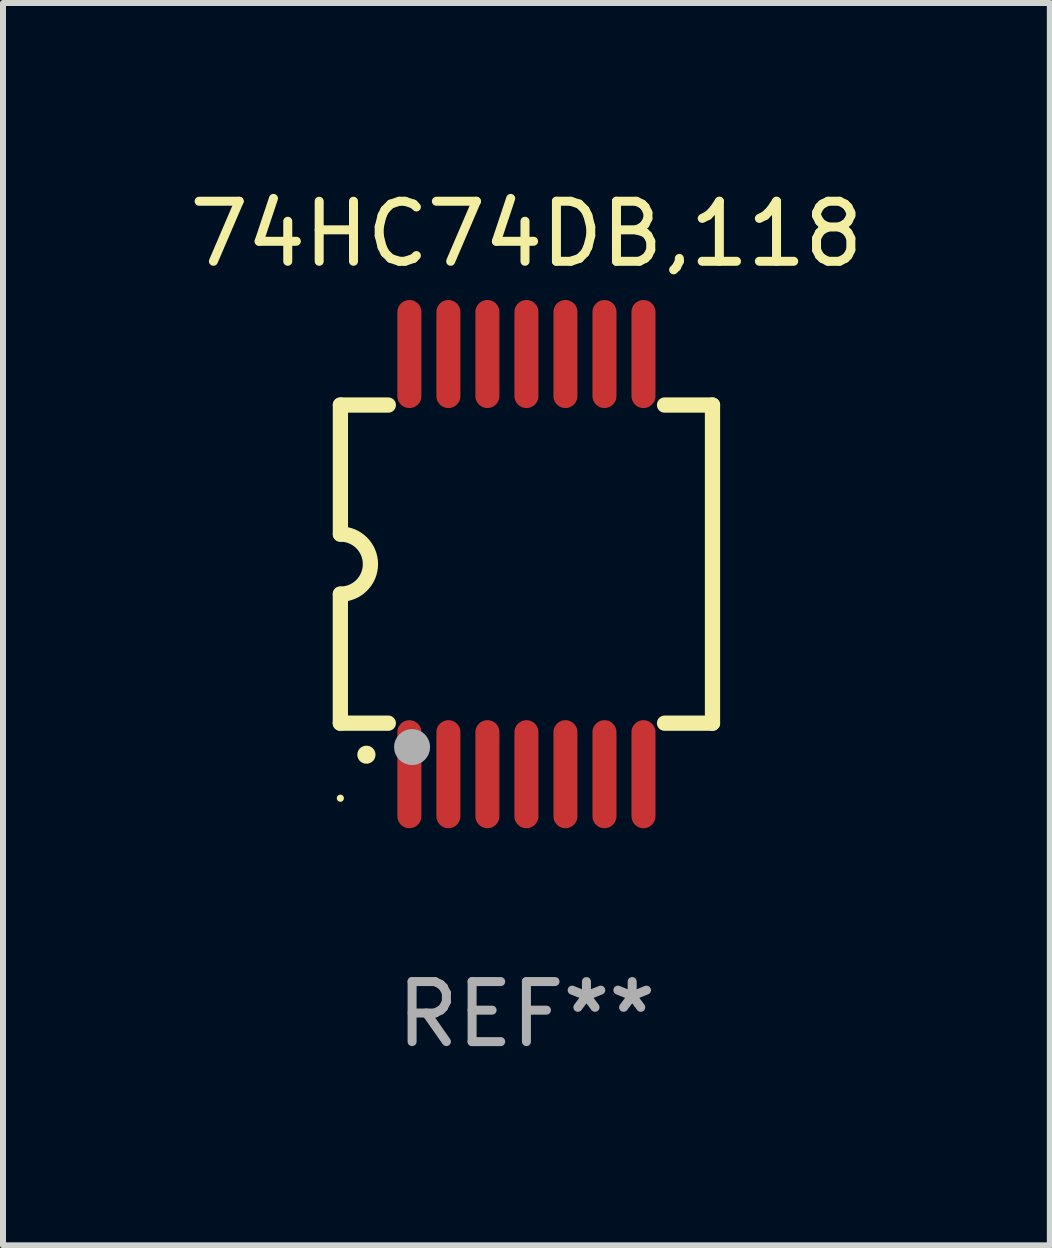
<source format=kicad_pcb>
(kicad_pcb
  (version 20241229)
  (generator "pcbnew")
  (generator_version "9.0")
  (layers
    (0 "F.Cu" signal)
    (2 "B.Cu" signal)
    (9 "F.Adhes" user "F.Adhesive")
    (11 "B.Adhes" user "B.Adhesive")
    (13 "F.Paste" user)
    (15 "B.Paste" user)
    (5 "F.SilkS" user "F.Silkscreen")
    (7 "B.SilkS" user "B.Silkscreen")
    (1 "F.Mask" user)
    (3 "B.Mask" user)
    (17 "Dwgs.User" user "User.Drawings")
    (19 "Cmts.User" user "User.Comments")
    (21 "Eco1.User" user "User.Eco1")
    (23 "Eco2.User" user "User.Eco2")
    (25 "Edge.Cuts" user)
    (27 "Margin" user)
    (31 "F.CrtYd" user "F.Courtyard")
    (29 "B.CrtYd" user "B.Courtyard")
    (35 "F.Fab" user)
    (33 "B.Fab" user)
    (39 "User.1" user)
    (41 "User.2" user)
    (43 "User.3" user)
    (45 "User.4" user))
  (footprint "74HC74DB,118"
    (layer "F.Cu")
    (at 5.72 6.348)
    (property "Reference" "74HC74DB,118" (at 0 -5.5 0) (layer "F.SilkS") (effects (font (size 1 1) (thickness 0.15))))
    (attr through_hole)
    (fp_line (start -3.1 2.65) (end -3.1 0.5) (stroke (width 0.254) (type solid)) (layer "F.SilkS"))
    (fp_line (start -3.099 -2.65) (end -2.301 -2.65) (stroke (width 0.254) (type solid)) (layer "F.SilkS"))
    (fp_line (start -3.099 -0.5) (end -3.099 -2.65) (stroke (width 0.254) (type solid)) (layer "F.SilkS"))
    (fp_line (start -2.301 2.65) (end -3.1 2.65) (stroke (width 0.254) (type solid)) (layer "F.SilkS"))
    (fp_line (start 2.301 -2.65) (end 3.1 -2.65) (stroke (width 0.254) (type solid)) (layer "F.SilkS"))
    (fp_line (start 3.1 -2.65) (end 3.1 2.65) (stroke (width 0.254) (type solid)) (layer "F.SilkS"))
    (fp_line (start 3.1 2.65) (end 2.301 2.65) (stroke (width 0.254) (type solid)) (layer "F.SilkS"))
    (fp_arc (start -3.098806 -0.500381) (mid -2.598806 0) (end -3.098806 0.500381) (stroke (width 0.254001) (type solid)) (layer "F.SilkS"))
    (fp_arc (start -2.667005 3.175006) (mid -2.665735 3.175001) (end -2.664465 3.175006) (stroke (width 0.3) (type solid)) (layer "F.SilkS"))
    (fp_circle (center -3.1 3.9) (end -3.07 3.9) (stroke (width 0.06) (type solid)) (fill no) (layer "F.SilkS"))
    (fp_circle (center -1.905 3.048) (end -1.755 3.048) (stroke (width 0.3) (type solid)) (fill no) (layer "F.Fab"))
    (fp_text user "REF**" (at 0 7.5 0) (layer "F.Fab") (effects (font (size 1 1) (thickness 0.15))))
    (pad "1" smd oval (at -1.95 3.5 270) (size 1.8 0.4) (layers "F.Cu" "F.Mask" "F.Paste"))
    (pad "2" smd oval (at -1.3 3.5 270) (size 1.8 0.4) (layers "F.Cu" "F.Mask" "F.Paste"))
    (pad "3" smd oval (at -0.65 3.5 270) (size 1.8 0.4) (layers "F.Cu" "F.Mask" "F.Paste"))
    (pad "4" smd oval (at 0 3.5 270) (size 1.8 0.4) (layers "F.Cu" "F.Mask" "F.Paste"))
    (pad "5" smd oval (at 0.65 3.5 270) (size 1.8 0.4) (layers "F.Cu" "F.Mask" "F.Paste"))
    (pad "6" smd oval (at 1.3 3.5 270) (size 1.8 0.4) (layers "F.Cu" "F.Mask" "F.Paste"))
    (pad "7" smd oval (at 1.95 3.5 270) (size 1.8 0.4) (layers "F.Cu" "F.Mask" "F.Paste"))
    (pad "8" smd oval (at 1.95 -3.5 90) (size 1.8 0.4) (layers "F.Cu" "F.Mask" "F.Paste"))
    (pad "9" smd oval (at 1.3 -3.5 90) (size 1.8 0.4) (layers "F.Cu" "F.Mask" "F.Paste"))
    (pad "10" smd oval (at 0.65 -3.5 90) (size 1.8 0.4) (layers "F.Cu" "F.Mask" "F.Paste"))
    (pad "11" smd oval (at 0 -3.5 90) (size 1.8 0.4) (layers "F.Cu" "F.Mask" "F.Paste"))
    (pad "12" smd oval (at -0.65 -3.5 90) (size 1.8 0.4) (layers "F.Cu" "F.Mask" "F.Paste"))
    (pad "13" smd oval (at -1.3 -3.5 90) (size 1.8 0.4) (layers "F.Cu" "F.Mask" "F.Paste"))
    (pad "14" smd oval (at -1.95 -3.5 90) (size 1.8 0.4) (layers "F.Cu" "F.Mask" "F.Paste")))
  (gr_rect
    (start -3 -3)
    (end 14.44 17.697)
    (stroke (width 0.1) (type default))
    (fill no)
    (layer "Edge.Cuts")))
</source>
